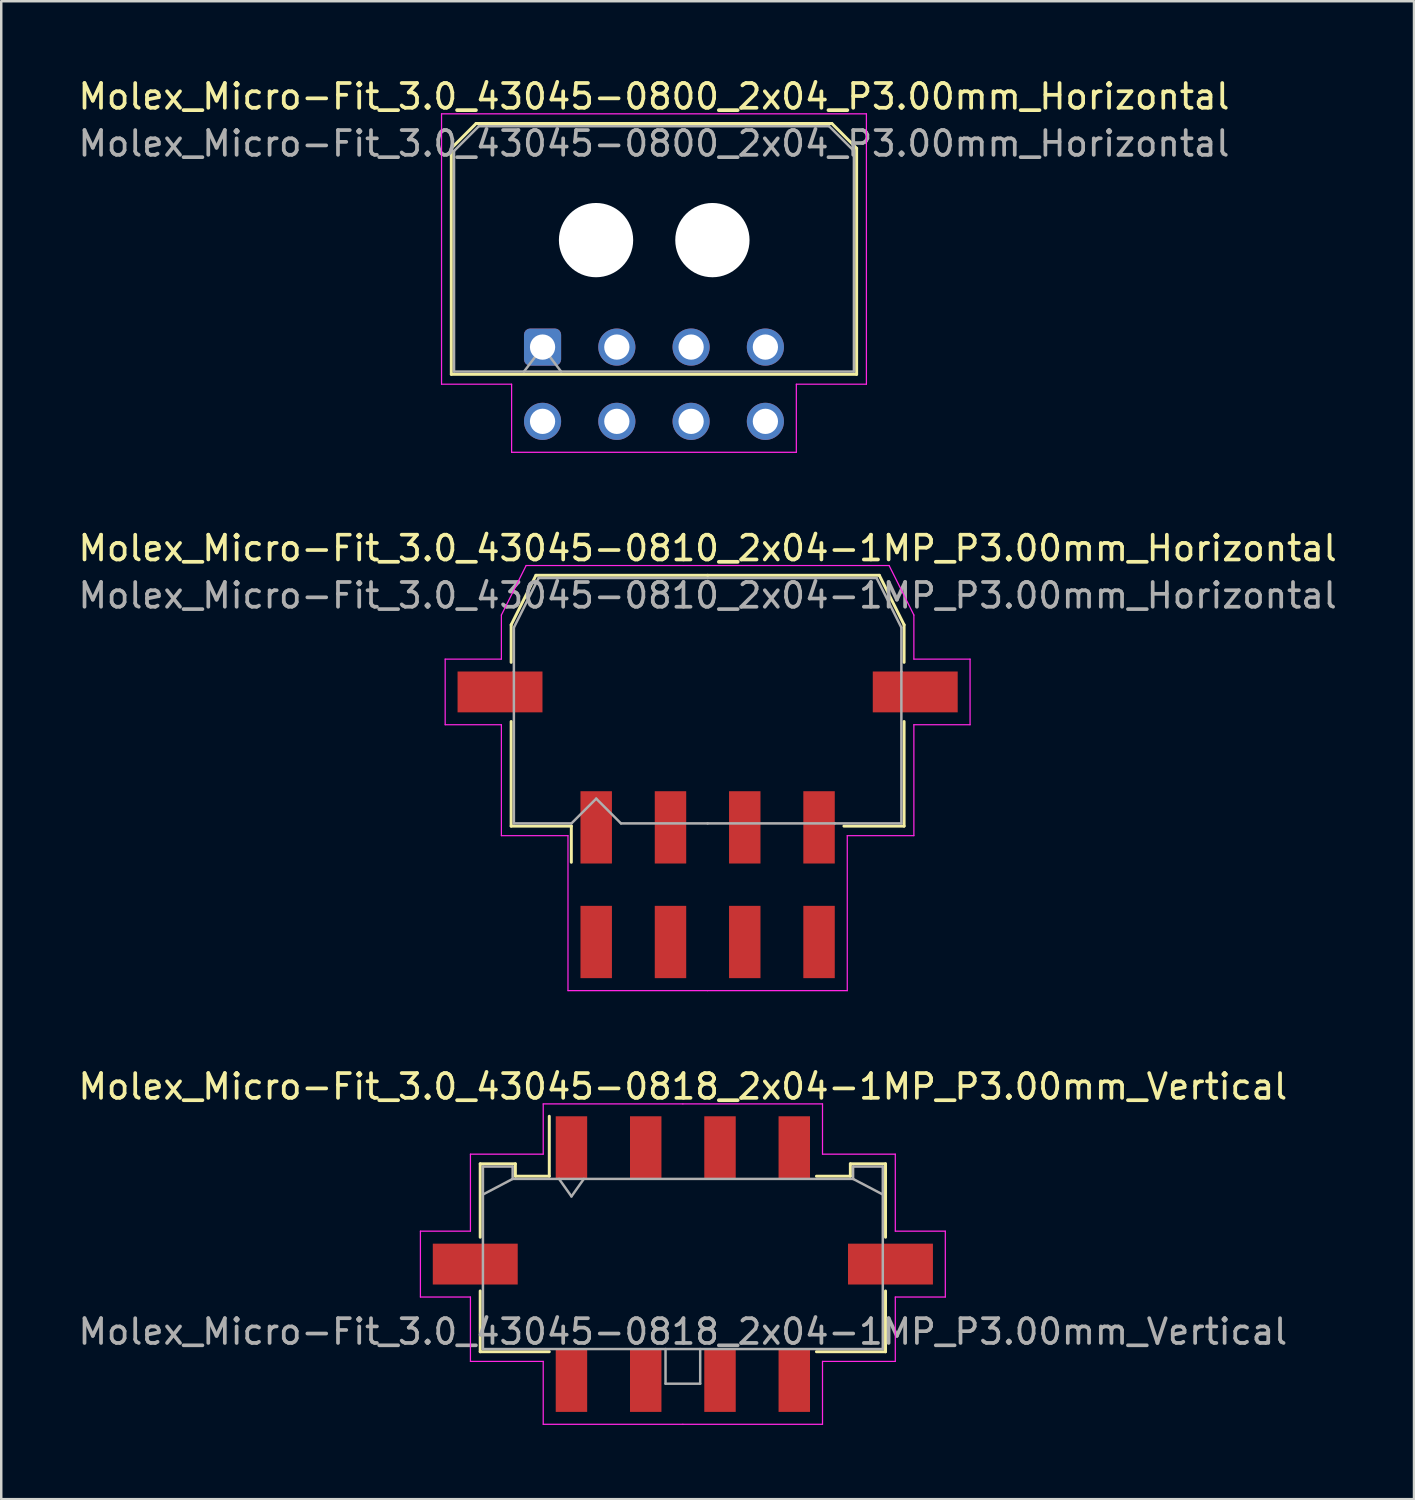
<source format=kicad_pcb>
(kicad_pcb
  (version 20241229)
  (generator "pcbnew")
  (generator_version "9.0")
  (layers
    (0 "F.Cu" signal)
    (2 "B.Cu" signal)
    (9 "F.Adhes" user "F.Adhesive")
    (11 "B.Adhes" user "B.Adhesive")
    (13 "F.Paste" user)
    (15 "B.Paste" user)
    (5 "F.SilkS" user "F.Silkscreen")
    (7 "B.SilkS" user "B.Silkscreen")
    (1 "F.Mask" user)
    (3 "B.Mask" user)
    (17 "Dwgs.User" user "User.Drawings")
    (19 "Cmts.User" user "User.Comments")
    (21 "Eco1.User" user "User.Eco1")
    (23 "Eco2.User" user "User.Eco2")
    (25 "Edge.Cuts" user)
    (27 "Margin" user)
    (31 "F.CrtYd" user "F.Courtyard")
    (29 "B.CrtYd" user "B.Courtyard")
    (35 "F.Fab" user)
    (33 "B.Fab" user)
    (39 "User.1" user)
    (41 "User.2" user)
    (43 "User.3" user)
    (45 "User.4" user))
  (footprint "Molex_Micro-Fit_3.0_43045-0818_2x04-1MP_P3.00mm_Vertical"
    (layer "F.Cu")
    (at 24.53 48.005)
    (property "Reference" "Molex_Micro-Fit_3.0_43045-0818_2x04-1MP_P3.00mm_Vertical" (at 0 -7.17 0) (layer "F.SilkS") (effects (font (size 1 1) (thickness 0.15))))
    (attr smd)
    (fp_line (start -8.185 -4.05) (end -6.765 -4.05) (stroke (width 0.12) (type solid)) (layer "F.SilkS"))
    (fp_line (start -8.185 -1.085) (end -8.185 -4.05) (stroke (width 0.12) (type solid)) (layer "F.SilkS"))
    (fp_line (start -8.185 1.085) (end -8.185 3.54) (stroke (width 0.12) (type solid)) (layer "F.SilkS"))
    (fp_line (start -8.185 3.54) (end -5.395 3.54) (stroke (width 0.12) (type solid)) (layer "F.SilkS"))
    (fp_line (start -6.765 -4.05) (end -6.765 -3.55) (stroke (width 0.12) (type solid)) (layer "F.SilkS"))
    (fp_line (start -6.765 -3.55) (end -5.395 -3.55) (stroke (width 0.12) (type solid)) (layer "F.SilkS"))
    (fp_line (start -5.395 -3.55) (end -5.395 -5.97) (stroke (width 0.12) (type solid)) (layer "F.SilkS"))
    (fp_line (start 6.765 -4.05) (end 6.765 -3.55) (stroke (width 0.12) (type solid)) (layer "F.SilkS"))
    (fp_line (start 6.765 -3.55) (end 5.395 -3.55) (stroke (width 0.12) (type solid)) (layer "F.SilkS"))
    (fp_line (start 8.185 -4.05) (end 6.765 -4.05) (stroke (width 0.12) (type solid)) (layer "F.SilkS"))
    (fp_line (start 8.185 -1.085) (end 8.185 -4.05) (stroke (width 0.12) (type solid)) (layer "F.SilkS"))
    (fp_line (start 8.185 1.085) (end 8.185 3.54) (stroke (width 0.12) (type solid)) (layer "F.SilkS"))
    (fp_line (start 8.185 3.54) (end 5.395 3.54) (stroke (width 0.12) (type solid)) (layer "F.SilkS"))
    (fp_line (start -10.6 -1.33) (end -10.6 1.33) (stroke (width 0.05) (type solid)) (layer "F.CrtYd"))
    (fp_line (start -10.6 1.33) (end -8.58 1.33) (stroke (width 0.05) (type solid)) (layer "F.CrtYd"))
    (fp_line (start -8.58 -4.44) (end -8.58 -1.33) (stroke (width 0.05) (type solid)) (layer "F.CrtYd"))
    (fp_line (start -8.58 -1.33) (end -10.6 -1.33) (stroke (width 0.05) (type solid)) (layer "F.CrtYd"))
    (fp_line (start -8.58 1.33) (end -8.58 3.93) (stroke (width 0.05) (type solid)) (layer "F.CrtYd"))
    (fp_line (start -8.58 3.93) (end -5.64 3.93) (stroke (width 0.05) (type solid)) (layer "F.CrtYd"))
    (fp_line (start -5.64 -6.47) (end -5.64 -4.44) (stroke (width 0.05) (type solid)) (layer "F.CrtYd"))
    (fp_line (start -5.64 -4.44) (end -8.58 -4.44) (stroke (width 0.05) (type solid)) (layer "F.CrtYd"))
    (fp_line (start -5.64 3.93) (end -5.64 6.47) (stroke (width 0.05) (type solid)) (layer "F.CrtYd"))
    (fp_line (start -5.64 6.47) (end 0 6.47) (stroke (width 0.05) (type solid)) (layer "F.CrtYd"))
    (fp_line (start 0 -6.47) (end -5.64 -6.47) (stroke (width 0.05) (type solid)) (layer "F.CrtYd"))
    (fp_line (start 0 -6.47) (end 5.64 -6.47) (stroke (width 0.05) (type solid)) (layer "F.CrtYd"))
    (fp_line (start 5.64 -6.47) (end 5.64 -4.44) (stroke (width 0.05) (type solid)) (layer "F.CrtYd"))
    (fp_line (start 5.64 -4.44) (end 8.58 -4.44) (stroke (width 0.05) (type solid)) (layer "F.CrtYd"))
    (fp_line (start 5.64 3.93) (end 5.64 6.47) (stroke (width 0.05) (type solid)) (layer "F.CrtYd"))
    (fp_line (start 5.64 6.47) (end 0 6.47) (stroke (width 0.05) (type solid)) (layer "F.CrtYd"))
    (fp_line (start 8.58 -4.44) (end 8.58 -1.33) (stroke (width 0.05) (type solid)) (layer "F.CrtYd"))
    (fp_line (start 8.58 -1.33) (end 10.6 -1.33) (stroke (width 0.05) (type solid)) (layer "F.CrtYd"))
    (fp_line (start 8.58 1.33) (end 8.58 3.93) (stroke (width 0.05) (type solid)) (layer "F.CrtYd"))
    (fp_line (start 8.58 3.93) (end 5.64 3.93) (stroke (width 0.05) (type solid)) (layer "F.CrtYd"))
    (fp_line (start 10.6 -1.33) (end 10.6 1.33) (stroke (width 0.05) (type solid)) (layer "F.CrtYd"))
    (fp_line (start 10.6 1.33) (end 8.58 1.33) (stroke (width 0.05) (type solid)) (layer "F.CrtYd"))
    (fp_line (start -8.075 -3.94) (end -8.075 3.43) (stroke (width 0.1) (type solid)) (layer "F.Fab"))
    (fp_line (start -8.075 -2.81) (end -6.875 -3.44) (stroke (width 0.1) (type solid)) (layer "F.Fab"))
    (fp_line (start -8.075 3.43) (end 8.075 3.43) (stroke (width 0.1) (type solid)) (layer "F.Fab"))
    (fp_line (start -6.875 -3.94) (end -8.075 -3.94) (stroke (width 0.1) (type solid)) (layer "F.Fab"))
    (fp_line (start -6.875 -3.44) (end -6.875 -3.94) (stroke (width 0.1) (type solid)) (layer "F.Fab"))
    (fp_line (start -5 -3.44) (end -4.5 -2.733) (stroke (width 0.1) (type solid)) (layer "F.Fab"))
    (fp_line (start -4.5 -2.733) (end -4 -3.44) (stroke (width 0.1) (type solid)) (layer "F.Fab"))
    (fp_line (start -0.7 3.43) (end -0.7 4.83) (stroke (width 0.1) (type solid)) (layer "F.Fab"))
    (fp_line (start -0.7 4.83) (end 0.7 4.83) (stroke (width 0.1) (type solid)) (layer "F.Fab"))
    (fp_line (start 0.7 4.83) (end 0.7 3.43) (stroke (width 0.1) (type solid)) (layer "F.Fab"))
    (fp_line (start 6.875 -3.94) (end 6.875 -3.44) (stroke (width 0.1) (type solid)) (layer "F.Fab"))
    (fp_line (start 6.875 -3.44) (end -6.875 -3.44) (stroke (width 0.1) (type solid)) (layer "F.Fab"))
    (fp_line (start 8.075 -3.94) (end 6.875 -3.94) (stroke (width 0.1) (type solid)) (layer "F.Fab"))
    (fp_line (start 8.075 -2.81) (end 6.875 -3.44) (stroke (width 0.1) (type solid)) (layer "F.Fab"))
    (fp_line (start 8.075 3.43) (end 8.075 -3.94) (stroke (width 0.1) (type solid)) (layer "F.Fab"))
    (fp_text user "${REFERENCE}" (at 0 2.73 0) (layer "F.Fab") (effects (font (size 1 1) (thickness 0.15))))
    (pad "1" smd rect (at -4.5 -4.7) (size 1.27 2.54) (layers "F.Cu" "F.Mask" "F.Paste"))
    (pad "2" smd rect (at -1.5 -4.7) (size 1.27 2.54) (layers "F.Cu" "F.Mask" "F.Paste"))
    (pad "3" smd rect (at 1.5 -4.7) (size 1.27 2.54) (layers "F.Cu" "F.Mask" "F.Paste"))
    (pad "4" smd rect (at 4.5 -4.7) (size 1.27 2.54) (layers "F.Cu" "F.Mask" "F.Paste"))
    (pad "5" smd rect (at -4.5 4.7) (size 1.27 2.54) (layers "F.Cu" "F.Mask" "F.Paste"))
    (pad "6" smd rect (at -1.5 4.7) (size 1.27 2.54) (layers "F.Cu" "F.Mask" "F.Paste"))
    (pad "7" smd rect (at 1.5 4.7) (size 1.27 2.54) (layers "F.Cu" "F.Mask" "F.Paste"))
    (pad "8" smd rect (at 4.5 4.7) (size 1.27 2.54) (layers "F.Cu" "F.Mask" "F.Paste"))
    (pad "MP" smd rect (at -8.385 0) (size 3.43 1.65) (layers "F.Cu" "F.Mask" "F.Paste"))
    (pad "MP" smd rect (at 8.385 0) (size 3.43 1.65) (layers "F.Cu" "F.Mask" "F.Paste")))
  (footprint "Molex_Micro-Fit_3.0_43045-0800_2x04_P3.00mm_Horizontal"
    (layer "F.Cu")
    (at 18.863 10.968)
    (property "Reference" "Molex_Micro-Fit_3.0_43045-0800_2x04_P3.00mm_Horizontal" (at 4.5 -10.12 0) (layer "F.SilkS") (effects (font (size 1 1) (thickness 0.15))))
    (attr through_hole)
    (fp_line (start -3.685 -8.03) (end -2.685 -9.03) (stroke (width 0.12) (type solid)) (layer "F.SilkS"))
    (fp_line (start -3.685 1.1) (end -3.685 -8.03) (stroke (width 0.12) (type solid)) (layer "F.SilkS"))
    (fp_line (start -2.685 -9.03) (end 11.685 -9.03) (stroke (width 0.12) (type solid)) (layer "F.SilkS"))
    (fp_line (start 11.685 -9.03) (end 12.685 -8.03) (stroke (width 0.12) (type solid)) (layer "F.SilkS"))
    (fp_line (start 12.685 -8.03) (end 12.685 1.1) (stroke (width 0.12) (type solid)) (layer "F.SilkS"))
    (fp_line (start 12.685 1.1) (end -3.685 1.1) (stroke (width 0.12) (type solid)) (layer "F.SilkS"))
    (fp_line (start -4.08 -9.42) (end 13.08 -9.42) (stroke (width 0.05) (type solid)) (layer "F.CrtYd"))
    (fp_line (start -4.08 1.5) (end -4.08 -9.42) (stroke (width 0.05) (type solid)) (layer "F.CrtYd"))
    (fp_line (start -1.25 1.5) (end -4.08 1.5) (stroke (width 0.05) (type solid)) (layer "F.CrtYd"))
    (fp_line (start -1.25 4.25) (end -1.25 1.5) (stroke (width 0.05) (type solid)) (layer "F.CrtYd"))
    (fp_line (start 10.25 1.5) (end 10.25 4.25) (stroke (width 0.05) (type solid)) (layer "F.CrtYd"))
    (fp_line (start 10.25 4.25) (end -1.25 4.25) (stroke (width 0.05) (type solid)) (layer "F.CrtYd"))
    (fp_line (start 13.08 -9.42) (end 13.08 1.5) (stroke (width 0.05) (type solid)) (layer "F.CrtYd"))
    (fp_line (start 13.08 1.5) (end 10.25 1.5) (stroke (width 0.05) (type solid)) (layer "F.CrtYd"))
    (fp_line (start -3.575 -7.92) (end -2.575 -8.92) (stroke (width 0.1) (type solid)) (layer "F.Fab"))
    (fp_line (start -3.575 0.99) (end -3.575 -7.92) (stroke (width 0.1) (type solid)) (layer "F.Fab"))
    (fp_line (start -2.575 -8.92) (end 11.575 -8.92) (stroke (width 0.1) (type solid)) (layer "F.Fab"))
    (fp_line (start -0.75 0.99) (end 0 0) (stroke (width 0.1) (type solid)) (layer "F.Fab"))
    (fp_line (start 0 0) (end 0.75 0.99) (stroke (width 0.1) (type solid)) (layer "F.Fab"))
    (fp_line (start 11.575 -8.92) (end 12.575 -7.92) (stroke (width 0.1) (type solid)) (layer "F.Fab"))
    (fp_line (start 12.575 -7.92) (end 12.575 0.99) (stroke (width 0.1) (type solid)) (layer "F.Fab"))
    (fp_line (start 12.575 0.99) (end -3.575 0.99) (stroke (width 0.1) (type solid)) (layer "F.Fab"))
    (fp_text user "${REFERENCE}" (at 4.5 -8.22 0) (layer "F.Fab") (effects (font (size 1 1) (thickness 0.15))))
    (pad "" np_thru_hole circle (at 2.16 -4.32) (size 3 3) (drill 3) (layers "*.Cu" "*.Mask"))
    (pad "" np_thru_hole circle (at 6.86 -4.32) (size 3 3) (drill 3) (layers "*.Cu" "*.Mask"))
    (pad "1" thru_hole roundrect (at 0 0) (size 1.5 1.5) (drill 1.02) (layers "*.Cu" "*.Mask") (roundrect_rratio 0.167))
    (pad "2" thru_hole circle (at 3 0) (size 1.5 1.5) (drill 1.02) (layers "*.Cu" "*.Mask"))
    (pad "3" thru_hole circle (at 6 0) (size 1.5 1.5) (drill 1.02) (layers "*.Cu" "*.Mask"))
    (pad "4" thru_hole circle (at 9 0) (size 1.5 1.5) (drill 1.02) (layers "*.Cu" "*.Mask"))
    (pad "5" thru_hole circle (at 0 3) (size 1.5 1.5) (drill 1.02) (layers "*.Cu" "*.Mask"))
    (pad "6" thru_hole circle (at 3 3) (size 1.5 1.5) (drill 1.02) (layers "*.Cu" "*.Mask"))
    (pad "7" thru_hole circle (at 6 3) (size 1.5 1.5) (drill 1.02) (layers "*.Cu" "*.Mask"))
    (pad "8" thru_hole circle (at 9 3) (size 1.5 1.5) (drill 1.02) (layers "*.Cu" "*.Mask")))
  (footprint "Molex_Micro-Fit_3.0_43045-0810_2x04-1MP_P3.00mm_Horizontal"
    (layer "F.Cu")
    (at 25.53 32.681)
    (property "Reference" "Molex_Micro-Fit_3.0_43045-0810_2x04-1MP_P3.00mm_Horizontal" (at 0 -13.59 0) (layer "F.SilkS") (effects (font (size 1 1) (thickness 0.15))))
    (attr smd)
    (fp_line (start -7.935 -10.495) (end -7.935 -8.98) (stroke (width 0.12) (type solid)) (layer "F.SilkS"))
    (fp_line (start -7.935 -6.59) (end -7.935 -2.365) (stroke (width 0.12) (type solid)) (layer "F.SilkS"))
    (fp_line (start -7.935 -2.365) (end -5.505 -2.365) (stroke (width 0.12) (type solid)) (layer "F.SilkS"))
    (fp_line (start -6.935 -12.495) (end -7.935 -10.495) (stroke (width 0.12) (type solid)) (layer "F.SilkS"))
    (fp_line (start -5.505 -2.365) (end -5.505 -0.905) (stroke (width 0.12) (type solid)) (layer "F.SilkS"))
    (fp_line (start 0 -12.495) (end -6.935 -12.495) (stroke (width 0.12) (type solid)) (layer "F.SilkS"))
    (fp_line (start 0 -12.495) (end 6.935 -12.495) (stroke (width 0.12) (type solid)) (layer "F.SilkS"))
    (fp_line (start 6.935 -12.495) (end 7.935 -10.495) (stroke (width 0.12) (type solid)) (layer "F.SilkS"))
    (fp_line (start 7.935 -10.495) (end 7.935 -8.98) (stroke (width 0.12) (type solid)) (layer "F.SilkS"))
    (fp_line (start 7.935 -6.59) (end 7.935 -2.365) (stroke (width 0.12) (type solid)) (layer "F.SilkS"))
    (fp_line (start 7.935 -2.365) (end 5.505 -2.365) (stroke (width 0.12) (type solid)) (layer "F.SilkS"))
    (fp_line (start -10.6 -9.11) (end -10.6 -6.46) (stroke (width 0.05) (type solid)) (layer "F.CrtYd"))
    (fp_line (start -10.6 -6.46) (end -8.33 -6.46) (stroke (width 0.05) (type solid)) (layer "F.CrtYd"))
    (fp_line (start -8.33 -10.89) (end -8.33 -9.11) (stroke (width 0.05) (type solid)) (layer "F.CrtYd"))
    (fp_line (start -8.33 -9.11) (end -10.6 -9.11) (stroke (width 0.05) (type solid)) (layer "F.CrtYd"))
    (fp_line (start -8.33 -6.46) (end -8.33 -1.98) (stroke (width 0.05) (type solid)) (layer "F.CrtYd"))
    (fp_line (start -8.33 -1.98) (end -5.64 -1.98) (stroke (width 0.05) (type solid)) (layer "F.CrtYd"))
    (fp_line (start -7.33 -12.89) (end -8.33 -10.89) (stroke (width 0.05) (type solid)) (layer "F.CrtYd"))
    (fp_line (start -5.64 -1.98) (end -5.64 4.28) (stroke (width 0.05) (type solid)) (layer "F.CrtYd"))
    (fp_line (start -5.64 4.28) (end 0 4.28) (stroke (width 0.05) (type solid)) (layer "F.CrtYd"))
    (fp_line (start 0 -12.89) (end -7.33 -12.89) (stroke (width 0.05) (type solid)) (layer "F.CrtYd"))
    (fp_line (start 0 -12.89) (end 7.33 -12.89) (stroke (width 0.05) (type solid)) (layer "F.CrtYd"))
    (fp_line (start 5.64 -1.98) (end 5.64 4.28) (stroke (width 0.05) (type solid)) (layer "F.CrtYd"))
    (fp_line (start 5.64 4.28) (end 0 4.28) (stroke (width 0.05) (type solid)) (layer "F.CrtYd"))
    (fp_line (start 7.33 -12.89) (end 8.33 -10.89) (stroke (width 0.05) (type solid)) (layer "F.CrtYd"))
    (fp_line (start 8.33 -10.89) (end 8.33 -9.11) (stroke (width 0.05) (type solid)) (layer "F.CrtYd"))
    (fp_line (start 8.33 -9.11) (end 10.6 -9.11) (stroke (width 0.05) (type solid)) (layer "F.CrtYd"))
    (fp_line (start 8.33 -6.46) (end 8.33 -1.98) (stroke (width 0.05) (type solid)) (layer "F.CrtYd"))
    (fp_line (start 8.33 -1.98) (end 5.64 -1.98) (stroke (width 0.05) (type solid)) (layer "F.CrtYd"))
    (fp_line (start 10.6 -9.11) (end 10.6 -6.46) (stroke (width 0.05) (type solid)) (layer "F.CrtYd"))
    (fp_line (start 10.6 -6.46) (end 8.33 -6.46) (stroke (width 0.05) (type solid)) (layer "F.CrtYd"))
    (fp_line (start -7.825 -10.385) (end -7.825 -8.61) (stroke (width 0.1) (type solid)) (layer "F.Fab"))
    (fp_line (start -7.825 -8.61) (end -7.825 -2.475) (stroke (width 0.1) (type solid)) (layer "F.Fab"))
    (fp_line (start -7.825 -2.475) (end -5.5 -2.475) (stroke (width 0.1) (type solid)) (layer "F.Fab"))
    (fp_line (start -6.825 -12.385) (end -7.825 -10.385) (stroke (width 0.1) (type solid)) (layer "F.Fab"))
    (fp_line (start -5.5 -2.475) (end -4.5 -3.475) (stroke (width 0.1) (type solid)) (layer "F.Fab"))
    (fp_line (start -4.5 -3.475) (end -3.5 -2.475) (stroke (width 0.1) (type solid)) (layer "F.Fab"))
    (fp_line (start -3.5 -2.475) (end 0 -2.475) (stroke (width 0.1) (type solid)) (layer "F.Fab"))
    (fp_line (start 0 -12.385) (end -6.825 -12.385) (stroke (width 0.1) (type solid)) (layer "F.Fab"))
    (fp_line (start 0 -12.385) (end 6.825 -12.385) (stroke (width 0.1) (type solid)) (layer "F.Fab"))
    (fp_line (start 5.135 -2.475) (end 0 -2.475) (stroke (width 0.1) (type solid)) (layer "F.Fab"))
    (fp_line (start 6.825 -12.385) (end 7.825 -10.385) (stroke (width 0.1) (type solid)) (layer "F.Fab"))
    (fp_line (start 7.825 -10.385) (end 7.825 -8.61) (stroke (width 0.1) (type solid)) (layer "F.Fab"))
    (fp_line (start 7.825 -8.61) (end 7.825 -2.475) (stroke (width 0.1) (type solid)) (layer "F.Fab"))
    (fp_line (start 7.825 -2.475) (end 5.135 -2.475) (stroke (width 0.1) (type solid)) (layer "F.Fab"))
    (fp_text user "${REFERENCE}" (at 0 -11.68 0) (layer "F.Fab") (effects (font (size 1 1) (thickness 0.15))))
    (pad "1" smd rect (at -4.5 -2.315) (size 1.27 2.92) (layers "F.Cu" "F.Mask" "F.Paste"))
    (pad "2" smd rect (at -1.5 -2.315) (size 1.27 2.92) (layers "F.Cu" "F.Mask" "F.Paste"))
    (pad "3" smd rect (at 1.5 -2.315) (size 1.27 2.92) (layers "F.Cu" "F.Mask" "F.Paste"))
    (pad "4" smd rect (at 4.5 -2.315) (size 1.27 2.92) (layers "F.Cu" "F.Mask" "F.Paste"))
    (pad "5" smd rect (at -4.5 2.315) (size 1.27 2.92) (layers "F.Cu" "F.Mask" "F.Paste"))
    (pad "6" smd rect (at -1.5 2.315) (size 1.27 2.92) (layers "F.Cu" "F.Mask" "F.Paste"))
    (pad "7" smd rect (at 1.5 2.315) (size 1.27 2.92) (layers "F.Cu" "F.Mask" "F.Paste"))
    (pad "8" smd rect (at 4.5 2.315) (size 1.27 2.92) (layers "F.Cu" "F.Mask" "F.Paste"))
    (pad "MP" smd rect (at -8.385 -7.785) (size 3.43 1.65) (layers "F.Cu" "F.Mask" "F.Paste"))
    (pad "MP" smd rect (at 8.385 -7.785) (size 3.43 1.65) (layers "F.Cu" "F.Mask" "F.Paste")))
  (gr_rect
    (start -3 -3)
    (end 54.06 57.5)
    (stroke (width 0.1) (type default))
    (fill no)
    (layer "Edge.Cuts")))
</source>
